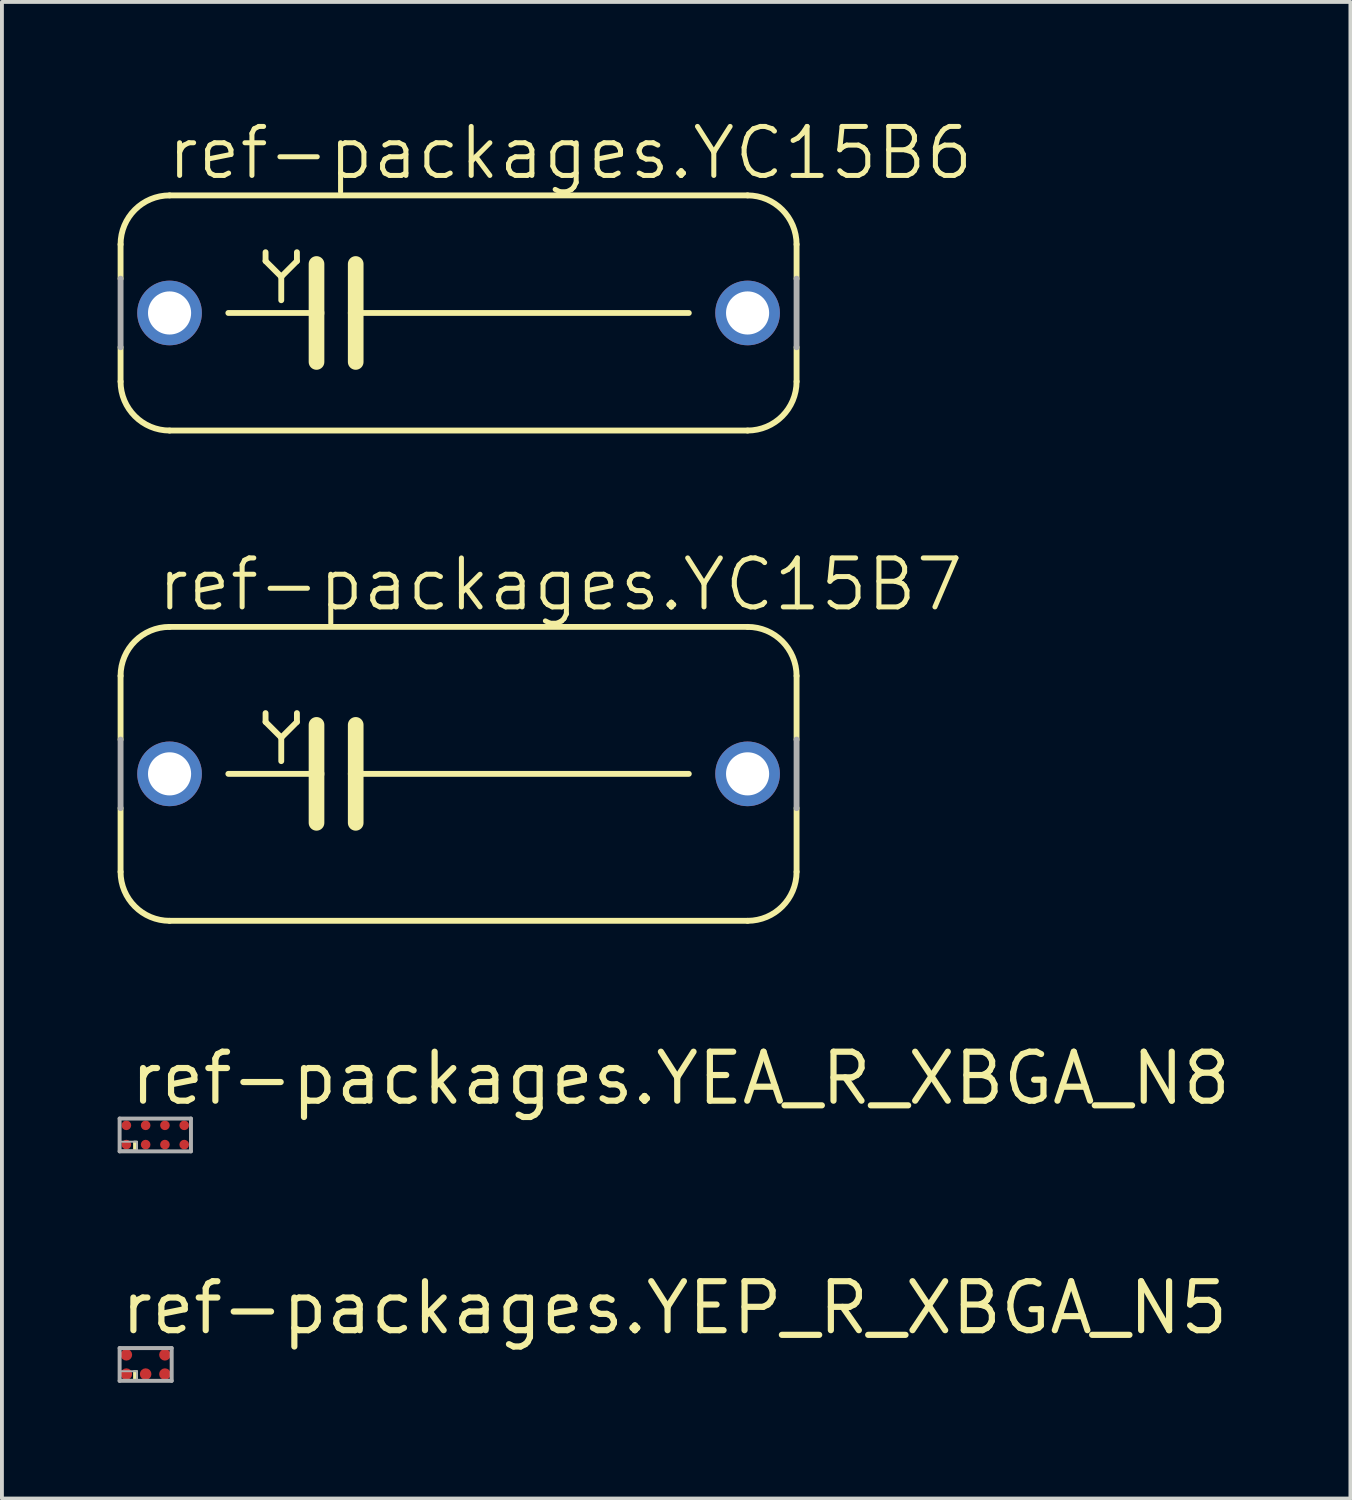
<source format=kicad_pcb>
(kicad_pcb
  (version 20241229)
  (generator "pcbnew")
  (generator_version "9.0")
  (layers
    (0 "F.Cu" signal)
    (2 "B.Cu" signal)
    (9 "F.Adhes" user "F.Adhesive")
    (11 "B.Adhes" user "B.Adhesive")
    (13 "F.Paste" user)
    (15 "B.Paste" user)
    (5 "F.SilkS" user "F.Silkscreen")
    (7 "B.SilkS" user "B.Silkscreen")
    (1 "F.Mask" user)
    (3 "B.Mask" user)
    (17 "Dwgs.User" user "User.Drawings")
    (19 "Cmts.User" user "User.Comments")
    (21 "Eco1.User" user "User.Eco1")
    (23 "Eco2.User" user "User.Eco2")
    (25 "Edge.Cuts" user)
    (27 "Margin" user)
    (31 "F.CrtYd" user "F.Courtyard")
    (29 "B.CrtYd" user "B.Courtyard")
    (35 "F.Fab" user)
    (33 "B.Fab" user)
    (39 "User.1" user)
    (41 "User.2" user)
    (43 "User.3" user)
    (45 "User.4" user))
  (footprint "ref-packages.YEP_R_XBGA_N5"
    (layer "F.Cu")
    (at 0.726 32.325)
    (property "Reference" "ref-packages.YEP_R_XBGA_N5" (at -0.725 -0.725 0) (layer "F.SilkS") (effects (font (size 1.27 1.27) (thickness 0.16)) (justify left bottom)))
    (attr smd)
    (fp_circle (center -0.5 -0.25) (end -0.325 -0.25) (stroke (width 0.1) (type default)) (fill no) (layer "F.Mask"))
    (fp_circle (center -0.5 0.25) (end -0.325 0.25) (stroke (width 0.1) (type default)) (fill no) (layer "F.Mask"))
    (fp_circle (center 0 0.25) (end 0.175 0.25) (stroke (width 0.1) (type default)) (fill no) (layer "F.Mask"))
    (fp_circle (center 0.5 -0.25) (end 0.675 -0.25) (stroke (width 0.1) (type default)) (fill no) (layer "F.Mask"))
    (fp_circle (center 0.5 0.25) (end 0.675 0.25) (stroke (width 0.1) (type default)) (fill no) (layer "F.Mask"))
    (fp_rect (start -0.3 0.375) (end -0.225 0.175) (stroke (width 0.05) (type default)) (fill yes) (layer "F.SilkS"))
    (fp_line (start -0.675 -0.425) (end 0.675 -0.425) (stroke (width 0.102) (type default)) (layer "F.Fab"))
    (fp_line (start -0.675 0.425) (end -0.675 -0.425) (stroke (width 0.102) (type default)) (layer "F.Fab"))
    (fp_line (start 0.675 -0.425) (end 0.675 0.425) (stroke (width 0.102) (type default)) (layer "F.Fab"))
    (fp_line (start 0.675 0.425) (end -0.675 0.425) (stroke (width 0.102) (type default)) (layer "F.Fab"))
    (fp_rect (start -0.675 0.4) (end -0.225 0.175) (stroke (width 0.05) (type default)) (fill no) (layer "F.Fab"))
    (pad "A1" smd roundrect (at -0.5 0.25) (size 0.3 0.3) (layers "F.Cu" "F.Mask" "F.Paste") (roundrect_rratio 0.5))
    (pad "A2" smd roundrect (at -0.5 -0.25) (size 0.3 0.3) (layers "F.Cu" "F.Mask" "F.Paste") (roundrect_rratio 0.5))
    (pad "B1" smd roundrect (at 0 0.25) (size 0.3 0.3) (layers "F.Cu" "F.Mask" "F.Paste") (roundrect_rratio 0.5))
    (pad "C1" smd roundrect (at 0.5 0.25) (size 0.3 0.3) (layers "F.Cu" "F.Mask" "F.Paste") (roundrect_rratio 0.5))
    (pad "C2" smd roundrect (at 0.5 -0.25) (size 0.3 0.3) (layers "F.Cu" "F.Mask" "F.Paste") (roundrect_rratio 0.5)))
  (footprint "ref-packages.YC15B7"
    (layer "F.Cu")
    (at 8.839 17.013)
    (property "Reference" "ref-packages.YC15B7" (at -7.874 -4.166 0) (layer "F.SilkS") (effects (font (size 1.27 1.27) (thickness 0.13)) (justify left bottom)))
    (attr through_hole)
    (fp_line (start -8.763 -0.889) (end -8.763 -2.54) (stroke (width 0.152) (type default)) (layer "F.SilkS"))
    (fp_line (start -8.763 2.54) (end -8.763 0.889) (stroke (width 0.152) (type default)) (layer "F.SilkS"))
    (fp_line (start -7.493 -3.81) (end 7.493 -3.81) (stroke (width 0.152) (type default)) (layer "F.SilkS"))
    (fp_line (start -7.493 3.81) (end 7.493 3.81) (stroke (width 0.152) (type default)) (layer "F.SilkS"))
    (fp_line (start -5.969 0) (end -3.683 0) (stroke (width 0.152) (type default)) (layer "F.SilkS"))
    (fp_line (start -5.004 -1.575) (end -5.004 -1.346) (stroke (width 0.152) (type default)) (layer "F.SilkS"))
    (fp_line (start -5.004 -1.346) (end -4.597 -0.94) (stroke (width 0.152) (type default)) (layer "F.SilkS"))
    (fp_line (start -4.597 -0.94) (end -4.597 -0.33) (stroke (width 0.152) (type default)) (layer "F.SilkS"))
    (fp_line (start -4.597 -0.94) (end -4.191 -1.346) (stroke (width 0.152) (type default)) (layer "F.SilkS"))
    (fp_line (start -4.191 -1.346) (end -4.191 -1.575) (stroke (width 0.152) (type default)) (layer "F.SilkS"))
    (fp_line (start -3.683 -1.27) (end -3.683 0) (stroke (width 0.406) (type default)) (layer "F.SilkS"))
    (fp_line (start -3.683 0) (end -3.683 1.27) (stroke (width 0.406) (type default)) (layer "F.SilkS"))
    (fp_line (start -2.667 -1.27) (end -2.667 0) (stroke (width 0.406) (type default)) (layer "F.SilkS"))
    (fp_line (start -2.667 0) (end -2.667 1.27) (stroke (width 0.406) (type default)) (layer "F.SilkS"))
    (fp_line (start 5.969 0) (end -2.667 0) (stroke (width 0.152) (type default)) (layer "F.SilkS"))
    (fp_line (start 8.763 -0.889) (end 8.763 -2.54) (stroke (width 0.152) (type default)) (layer "F.SilkS"))
    (fp_line (start 8.763 2.54) (end 8.763 0.889) (stroke (width 0.152) (type default)) (layer "F.SilkS"))
    (fp_arc (start -8.763 -2.54) (mid -8.391026 -3.438026) (end -7.493 -3.81) (stroke (width 0.1524) (type default)) (layer "F.SilkS"))
    (fp_arc (start -7.493 3.81) (mid -8.391026 3.438026) (end -8.763 2.54) (stroke (width 0.1524) (type default)) (layer "F.SilkS"))
    (fp_arc (start 7.493 -3.81) (mid 8.391026 -3.438026) (end 8.763 -2.54) (stroke (width 0.1524) (type default)) (layer "F.SilkS"))
    (fp_arc (start 8.763 2.54) (mid 8.391026 3.438026) (end 7.493 3.81) (stroke (width 0.1524) (type default)) (layer "F.SilkS"))
    (fp_line (start -8.763 0.889) (end -8.763 -0.889) (stroke (width 0.152) (type default)) (layer "F.Fab"))
    (fp_line (start 8.763 0.889) (end 8.763 -0.889) (stroke (width 0.152) (type default)) (layer "F.Fab"))
    (pad "1" thru_hole circle (at -7.493 0) (size 1.676 1.676) (drill 1.118) (layers "*.Cu" "*.Mask"))
    (pad "2" thru_hole circle (at 7.493 0) (size 1.676 1.676) (drill 1.118) (layers "*.Cu" "*.Mask")))
  (footprint "ref-packages.YC15B6"
    (layer "F.Cu")
    (at 8.839 5.064)
    (property "Reference" "ref-packages.YC15B6" (at -7.62 -3.404 0) (layer "F.SilkS") (effects (font (size 1.27 1.27) (thickness 0.13)) (justify left bottom)))
    (attr through_hole)
    (fp_line (start -8.763 -0.889) (end -8.763 -1.778) (stroke (width 0.152) (type default)) (layer "F.SilkS"))
    (fp_line (start -8.763 1.778) (end -8.763 0.889) (stroke (width 0.152) (type default)) (layer "F.SilkS"))
    (fp_line (start -7.493 -3.048) (end 7.493 -3.048) (stroke (width 0.152) (type default)) (layer "F.SilkS"))
    (fp_line (start -7.493 3.048) (end 7.493 3.048) (stroke (width 0.152) (type default)) (layer "F.SilkS"))
    (fp_line (start -5.969 0) (end -3.683 0) (stroke (width 0.152) (type default)) (layer "F.SilkS"))
    (fp_line (start -5.004 -1.575) (end -5.004 -1.346) (stroke (width 0.152) (type default)) (layer "F.SilkS"))
    (fp_line (start -5.004 -1.346) (end -4.597 -0.94) (stroke (width 0.152) (type default)) (layer "F.SilkS"))
    (fp_line (start -4.597 -0.94) (end -4.597 -0.33) (stroke (width 0.152) (type default)) (layer "F.SilkS"))
    (fp_line (start -4.597 -0.94) (end -4.191 -1.346) (stroke (width 0.152) (type default)) (layer "F.SilkS"))
    (fp_line (start -4.191 -1.346) (end -4.191 -1.575) (stroke (width 0.152) (type default)) (layer "F.SilkS"))
    (fp_line (start -3.683 -1.27) (end -3.683 0) (stroke (width 0.406) (type default)) (layer "F.SilkS"))
    (fp_line (start -3.683 0) (end -3.683 1.27) (stroke (width 0.406) (type default)) (layer "F.SilkS"))
    (fp_line (start -2.667 -1.27) (end -2.667 0) (stroke (width 0.406) (type default)) (layer "F.SilkS"))
    (fp_line (start -2.667 0) (end -2.667 1.27) (stroke (width 0.406) (type default)) (layer "F.SilkS"))
    (fp_line (start 5.969 0) (end -2.667 0) (stroke (width 0.152) (type default)) (layer "F.SilkS"))
    (fp_line (start 8.763 -0.889) (end 8.763 -1.778) (stroke (width 0.152) (type default)) (layer "F.SilkS"))
    (fp_line (start 8.763 1.778) (end 8.763 0.889) (stroke (width 0.152) (type default)) (layer "F.SilkS"))
    (fp_arc (start -8.763 -1.778) (mid -8.391026 -2.676026) (end -7.493 -3.048) (stroke (width 0.1524) (type default)) (layer "F.SilkS"))
    (fp_arc (start -7.493 3.048) (mid -8.391026 2.676026) (end -8.763 1.778) (stroke (width 0.1524) (type default)) (layer "F.SilkS"))
    (fp_arc (start 7.493 -3.048) (mid 8.391026 -2.676026) (end 8.763 -1.778) (stroke (width 0.1524) (type default)) (layer "F.SilkS"))
    (fp_arc (start 8.763 1.778) (mid 8.391026 2.676026) (end 7.493 3.048) (stroke (width 0.1524) (type default)) (layer "F.SilkS"))
    (fp_line (start -8.763 0.889) (end -8.763 -0.889) (stroke (width 0.152) (type default)) (layer "F.Fab"))
    (fp_line (start 8.763 0.889) (end 8.763 -0.889) (stroke (width 0.152) (type default)) (layer "F.Fab"))
    (pad "1" thru_hole circle (at -7.493 0) (size 1.676 1.676) (drill 1.118) (layers "*.Cu" "*.Mask"))
    (pad "2" thru_hole circle (at 7.493 0) (size 1.676 1.676) (drill 1.118) (layers "*.Cu" "*.Mask")))
  (footprint "ref-packages.YEA_R_XBGA_N8"
    (layer "F.Cu")
    (at 0.976 26.375)
    (property "Reference" "ref-packages.YEA_R_XBGA_N8" (at -0.725 -0.725 0) (layer "F.SilkS") (effects (font (size 1.27 1.27) (thickness 0.16)) (justify left bottom)))
    (attr smd)
    (fp_circle (center -0.75 -0.25) (end -0.575 -0.25) (stroke (width 0.1) (type default)) (fill no) (layer "F.Mask"))
    (fp_circle (center -0.75 0.25) (end -0.575 0.25) (stroke (width 0.1) (type default)) (fill no) (layer "F.Mask"))
    (fp_circle (center -0.25 -0.25) (end -0.075 -0.25) (stroke (width 0.1) (type default)) (fill no) (layer "F.Mask"))
    (fp_circle (center -0.25 0.25) (end -0.075 0.25) (stroke (width 0.1) (type default)) (fill no) (layer "F.Mask"))
    (fp_circle (center 0.25 -0.25) (end 0.425 -0.25) (stroke (width 0.1) (type default)) (fill no) (layer "F.Mask"))
    (fp_circle (center 0.25 0.25) (end 0.425 0.25) (stroke (width 0.1) (type default)) (fill no) (layer "F.Mask"))
    (fp_circle (center 0.75 -0.25) (end 0.925 -0.25) (stroke (width 0.1) (type default)) (fill no) (layer "F.Mask"))
    (fp_circle (center 0.75 0.25) (end 0.925 0.25) (stroke (width 0.1) (type default)) (fill no) (layer "F.Mask"))
    (fp_rect (start -0.55 0.375) (end -0.475 0.175) (stroke (width 0.05) (type default)) (fill yes) (layer "F.SilkS"))
    (fp_line (start -0.925 -0.425) (end 0.925 -0.425) (stroke (width 0.102) (type default)) (layer "F.Fab"))
    (fp_line (start -0.925 0.425) (end -0.925 -0.425) (stroke (width 0.102) (type default)) (layer "F.Fab"))
    (fp_line (start 0.925 -0.425) (end 0.925 0.425) (stroke (width 0.102) (type default)) (layer "F.Fab"))
    (fp_line (start 0.925 0.425) (end -0.925 0.425) (stroke (width 0.102) (type default)) (layer "F.Fab"))
    (fp_rect (start -0.925 0.4) (end -0.475 0.175) (stroke (width 0.05) (type default)) (fill no) (layer "F.Fab"))
    (pad "A1" smd roundrect (at -0.75 0.25) (size 0.25 0.25) (layers "F.Cu" "F.Mask" "F.Paste") (roundrect_rratio 0.5))
    (pad "A2" smd roundrect (at -0.75 -0.25) (size 0.25 0.25) (layers "F.Cu" "F.Mask" "F.Paste") (roundrect_rratio 0.5))
    (pad "B1" smd roundrect (at -0.25 0.25) (size 0.25 0.25) (layers "F.Cu" "F.Mask" "F.Paste") (roundrect_rratio 0.5))
    (pad "B2" smd roundrect (at -0.25 -0.25) (size 0.25 0.25) (layers "F.Cu" "F.Mask" "F.Paste") (roundrect_rratio 0.5))
    (pad "C1" smd roundrect (at 0.25 0.25) (size 0.25 0.25) (layers "F.Cu" "F.Mask" "F.Paste") (roundrect_rratio 0.5))
    (pad "C2" smd roundrect (at 0.25 -0.25) (size 0.25 0.25) (layers "F.Cu" "F.Mask" "F.Paste") (roundrect_rratio 0.5))
    (pad "D1" smd roundrect (at 0.75 0.25) (size 0.25 0.25) (layers "F.Cu" "F.Mask" "F.Paste") (roundrect_rratio 0.5))
    (pad "D2" smd roundrect (at 0.75 -0.25) (size 0.25 0.25) (layers "F.Cu" "F.Mask" "F.Paste") (roundrect_rratio 0.5)))
  (gr_rect
    (start -3 -3)
    (end 31.961 35.801)
    (stroke (width 0.1) (type default))
    (fill no)
    (layer "Edge.Cuts")))
</source>
